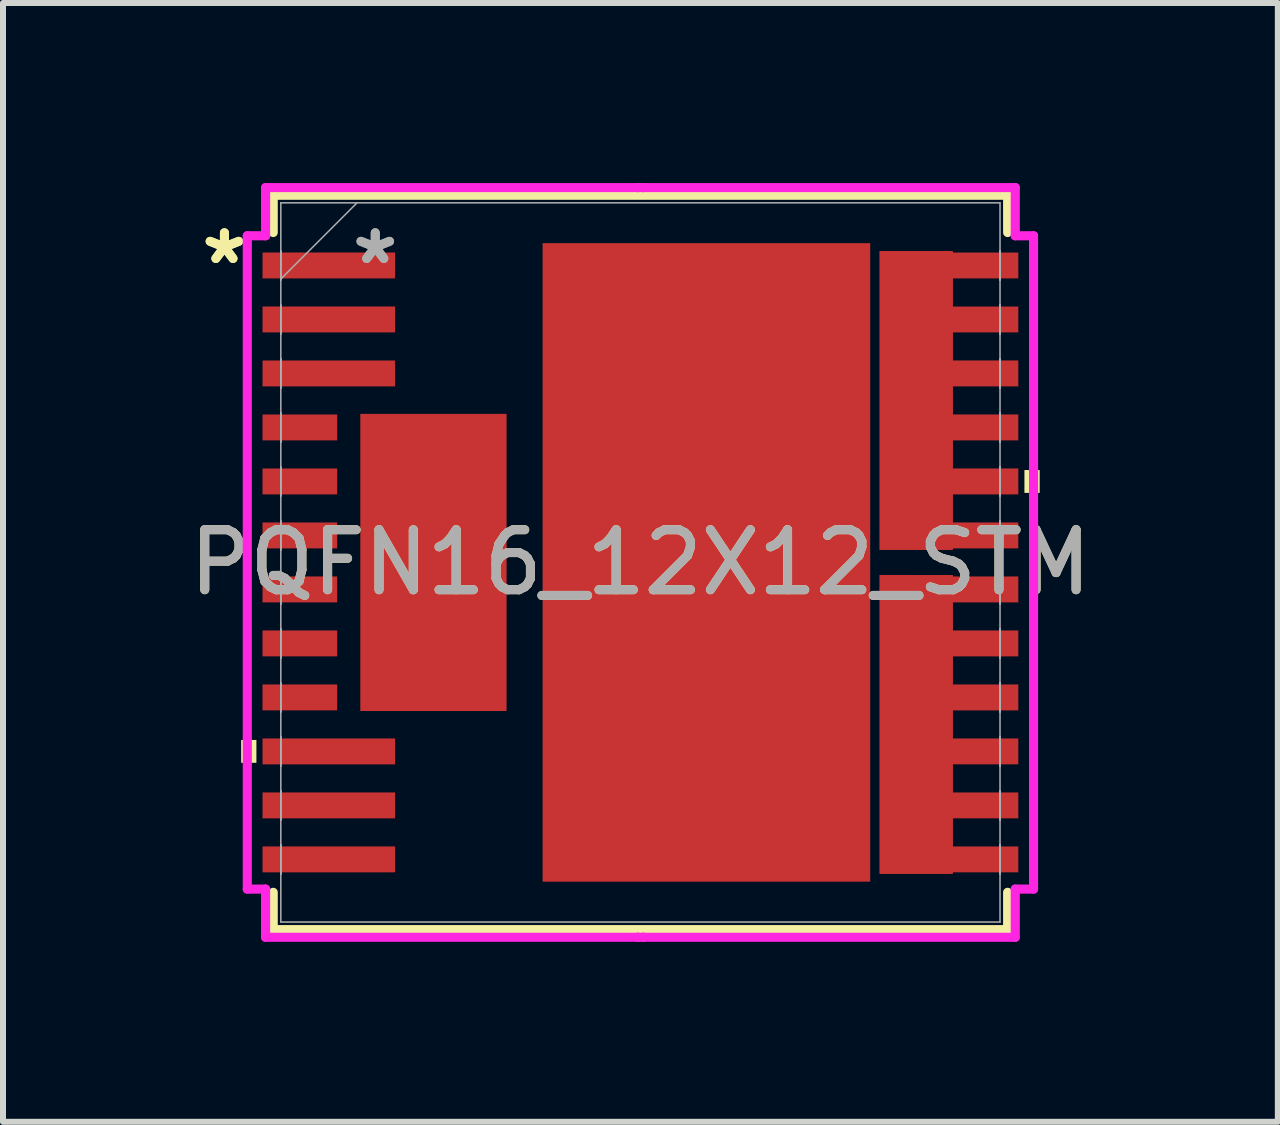
<source format=kicad_pcb>
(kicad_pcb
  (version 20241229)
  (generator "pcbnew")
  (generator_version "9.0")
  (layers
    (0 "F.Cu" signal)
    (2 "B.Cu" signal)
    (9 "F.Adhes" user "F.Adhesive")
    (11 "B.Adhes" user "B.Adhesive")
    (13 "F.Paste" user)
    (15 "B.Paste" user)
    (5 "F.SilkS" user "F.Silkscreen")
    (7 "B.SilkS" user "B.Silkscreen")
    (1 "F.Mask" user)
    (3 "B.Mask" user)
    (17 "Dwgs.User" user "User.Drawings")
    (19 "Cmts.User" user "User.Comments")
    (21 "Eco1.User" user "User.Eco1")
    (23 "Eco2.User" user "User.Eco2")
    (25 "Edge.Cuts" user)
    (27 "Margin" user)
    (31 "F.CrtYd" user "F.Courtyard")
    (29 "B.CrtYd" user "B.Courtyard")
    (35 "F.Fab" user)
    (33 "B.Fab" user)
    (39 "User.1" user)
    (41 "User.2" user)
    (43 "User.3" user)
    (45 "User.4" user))
  (footprint "PQFN16_12X12_STM"
    (layer "F.Cu")
    (at 7.625 6.325)
    (property "Reference" "PQFN16_12X12_STM" (at 0 0 0) (unlocked yes) (layer "F.SilkS") (effects (font (size 1 1) (thickness 0.15))))
    (attr smd)
    (fp_poly (pts (xy 3.988 -0.209) (xy 5.207 -0.209) (xy 5.207 -0.234) (xy 6.299 -0.234) (xy 6.299 -0.666) (xy 5.207 -0.666) (xy 5.207 -1.134) (xy 6.299 -1.134) (xy 6.299 -1.566) (xy 5.207 -1.566) (xy 5.207 -2.034) (xy 6.299 -2.034) (xy 6.299 -2.466) (xy 5.207 -2.466) (xy 5.207 -2.934) (xy 6.299 -2.934) (xy 6.299 -3.366) (xy 5.207 -3.366) (xy 5.207 -3.834) (xy 6.299 -3.834) (xy 6.299 -4.266) (xy 5.207 -4.266) (xy 5.207 -4.734) (xy 6.299 -4.734) (xy 6.299 -5.166) (xy 5.207 -5.166) (xy 5.207 -5.189) (xy 3.988 -5.191)) (stroke (width 0) (type solid)) (fill yes) (layer "F.Cu"))
    (fp_poly (pts (xy 3.988 5.191) (xy 5.207 5.191) (xy 5.207 5.166) (xy 6.299 5.166) (xy 6.299 4.734) (xy 5.207 4.734) (xy 5.207 4.266) (xy 6.299 4.266) (xy 6.299 3.834) (xy 5.207 3.834) (xy 5.207 3.366) (xy 6.299 3.366) (xy 6.299 2.934) (xy 5.207 2.934) (xy 5.207 2.466) (xy 6.299 2.466) (xy 6.299 2.034) (xy 5.207 2.034) (xy 5.207 1.566) (xy 6.299 1.566) (xy 6.299 1.134) (xy 5.207 1.134) (xy 5.207 0.666) (xy 6.299 0.666) (xy 6.299 0.234) (xy 5.207 0.234) (xy 5.207 0.211) (xy 3.988 0.209)) (stroke (width 0) (type solid)) (fill yes) (layer "F.Cu"))
    (fp_poly (pts (xy 3.988 -0.209) (xy 5.207 -0.209) (xy 5.207 -0.234) (xy 6.299 -0.234) (xy 6.299 -0.666) (xy 5.207 -0.666) (xy 5.207 -1.134) (xy 6.299 -1.134) (xy 6.299 -1.566) (xy 5.207 -1.566) (xy 5.207 -2.034) (xy 6.299 -2.034) (xy 6.299 -2.466) (xy 5.207 -2.466) (xy 5.207 -2.934) (xy 6.299 -2.934) (xy 6.299 -3.366) (xy 5.207 -3.366) (xy 5.207 -3.834) (xy 6.299 -3.834) (xy 6.299 -4.266) (xy 5.207 -4.266) (xy 5.207 -4.734) (xy 6.299 -4.734) (xy 6.299 -5.166) (xy 5.207 -5.166) (xy 5.207 -5.189) (xy 3.988 -5.191)) (stroke (width 0) (type solid)) (fill yes) (layer "F.Mask"))
    (fp_poly (pts (xy 3.988 5.191) (xy 5.207 5.191) (xy 5.207 5.166) (xy 6.299 5.166) (xy 6.299 4.734) (xy 5.207 4.734) (xy 5.207 4.266) (xy 6.299 4.266) (xy 6.299 3.834) (xy 5.207 3.834) (xy 5.207 3.366) (xy 6.299 3.366) (xy 6.299 2.934) (xy 5.207 2.934) (xy 5.207 2.466) (xy 6.299 2.466) (xy 6.299 2.034) (xy 5.207 2.034) (xy 5.207 1.566) (xy 6.299 1.566) (xy 6.299 1.134) (xy 5.207 1.134) (xy 5.207 0.666) (xy 6.299 0.666) (xy 6.299 0.234) (xy 5.207 0.234) (xy 5.207 0.211) (xy 3.988 0.209)) (stroke (width 0) (type solid)) (fill yes) (layer "F.Mask"))
    (fp_line (start -6.121 -6.121) (end -6.121 -5.499) (stroke (width 0.152) (type solid)) (layer "F.SilkS"))
    (fp_line (start -6.121 5.499) (end -6.121 6.121) (stroke (width 0.152) (type solid)) (layer "F.SilkS"))
    (fp_line (start -6.121 6.121) (end 6.121 6.121) (stroke (width 0.152) (type solid)) (layer "F.SilkS"))
    (fp_line (start 6.121 -6.121) (end -6.121 -6.121) (stroke (width 0.152) (type solid)) (layer "F.SilkS"))
    (fp_line (start 6.121 -5.499) (end 6.121 -6.121) (stroke (width 0.152) (type solid)) (layer "F.SilkS"))
    (fp_line (start 6.121 6.121) (end 6.121 5.499) (stroke (width 0.152) (type solid)) (layer "F.SilkS"))
    (fp_poly (pts (xy -6.655 2.959) (xy -6.655 3.34) (xy -6.401 3.34) (xy -6.401 2.959)) (stroke (width 0) (type solid)) (fill yes) (layer "F.SilkS"))
    (fp_poly (pts (xy 6.655 -1.54) (xy 6.655 -1.159) (xy 6.401 -1.159) (xy 6.401 -1.54)) (stroke (width 0) (type solid)) (fill yes) (layer "F.SilkS"))
    (fp_poly (pts (xy 3.988 -0.209) (xy 5.207 -0.209) (xy 5.207 -0.234) (xy 6.299 -0.234) (xy 6.299 -0.666) (xy 5.207 -0.666) (xy 5.207 -1.134) (xy 6.299 -1.134) (xy 6.299 -1.566) (xy 5.207 -1.566) (xy 5.207 -2.034) (xy 6.299 -2.034) (xy 6.299 -2.466) (xy 5.207 -2.466) (xy 5.207 -2.934) (xy 6.299 -2.934) (xy 6.299 -3.366) (xy 5.207 -3.366) (xy 5.207 -3.834) (xy 6.299 -3.834) (xy 6.299 -4.266) (xy 5.207 -4.266) (xy 5.207 -4.734) (xy 6.299 -4.734) (xy 6.299 -5.166) (xy 5.207 -5.166) (xy 5.207 -5.189) (xy 3.988 -5.191)) (stroke (width 0) (type solid)) (fill yes) (layer "F.Paste"))
    (fp_poly (pts (xy 3.988 5.191) (xy 5.207 5.191) (xy 5.207 5.166) (xy 6.299 5.166) (xy 6.299 4.734) (xy 5.207 4.734) (xy 5.207 4.266) (xy 6.299 4.266) (xy 6.299 3.834) (xy 5.207 3.834) (xy 5.207 3.366) (xy 6.299 3.366) (xy 6.299 2.934) (xy 5.207 2.934) (xy 5.207 2.466) (xy 6.299 2.466) (xy 6.299 2.034) (xy 5.207 2.034) (xy 5.207 1.566) (xy 6.299 1.566) (xy 6.299 1.134) (xy 5.207 1.134) (xy 5.207 0.666) (xy 6.299 0.666) (xy 6.299 0.234) (xy 5.207 0.234) (xy 5.207 0.211) (xy 3.988 0.209)) (stroke (width 0) (type solid)) (fill yes) (layer "F.Paste"))
    (fp_line (start -6.553 -5.445) (end -6.248 -5.445) (stroke (width 0.152) (type solid)) (layer "F.CrtYd"))
    (fp_line (start -6.553 5.445) (end -6.553 -5.445) (stroke (width 0.152) (type solid)) (layer "F.CrtYd"))
    (fp_line (start -6.248 -6.248) (end -0.045 -6.248) (stroke (width 0.152) (type solid)) (layer "F.CrtYd"))
    (fp_line (start -6.248 -5.445) (end -6.248 -6.248) (stroke (width 0.152) (type solid)) (layer "F.CrtYd"))
    (fp_line (start -6.248 5.445) (end -6.553 5.445) (stroke (width 0.152) (type solid)) (layer "F.CrtYd"))
    (fp_line (start -6.248 6.248) (end -6.248 5.445) (stroke (width 0.152) (type solid)) (layer "F.CrtYd"))
    (fp_line (start -0.045 -6.248) (end -0.045 -6.248) (stroke (width 0.152) (type solid)) (layer "F.CrtYd"))
    (fp_line (start -0.045 -6.248) (end 0.045 -6.248) (stroke (width 0.152) (type solid)) (layer "F.CrtYd"))
    (fp_line (start -0.045 6.248) (end -6.248 6.248) (stroke (width 0.152) (type solid)) (layer "F.CrtYd"))
    (fp_line (start -0.045 6.248) (end -0.045 6.248) (stroke (width 0.152) (type solid)) (layer "F.CrtYd"))
    (fp_line (start 0.045 -6.248) (end 0.045 -6.248) (stroke (width 0.152) (type solid)) (layer "F.CrtYd"))
    (fp_line (start 0.045 -6.248) (end 6.248 -6.248) (stroke (width 0.152) (type solid)) (layer "F.CrtYd"))
    (fp_line (start 0.045 6.248) (end -0.045 6.248) (stroke (width 0.152) (type solid)) (layer "F.CrtYd"))
    (fp_line (start 0.045 6.248) (end 0.045 6.248) (stroke (width 0.152) (type solid)) (layer "F.CrtYd"))
    (fp_line (start 6.248 -6.248) (end 6.248 -5.445) (stroke (width 0.152) (type solid)) (layer "F.CrtYd"))
    (fp_line (start 6.248 -5.445) (end 6.553 -5.445) (stroke (width 0.152) (type solid)) (layer "F.CrtYd"))
    (fp_line (start 6.248 5.445) (end 6.248 6.248) (stroke (width 0.152) (type solid)) (layer "F.CrtYd"))
    (fp_line (start 6.248 6.248) (end 0.045 6.248) (stroke (width 0.152) (type solid)) (layer "F.CrtYd"))
    (fp_line (start 6.553 -5.445) (end 6.553 5.445) (stroke (width 0.152) (type solid)) (layer "F.CrtYd"))
    (fp_line (start 6.553 5.445) (end 6.248 5.445) (stroke (width 0.152) (type solid)) (layer "F.CrtYd"))
    (fp_line (start -5.994 -5.994) (end -5.994 5.994) (stroke (width 0.025) (type solid)) (layer "F.Fab"))
    (fp_line (start -5.994 -5.191) (end -5.994 -5.191) (stroke (width 0.025) (type solid)) (layer "F.Fab"))
    (fp_line (start -5.994 -5.191) (end -5.994 -4.709) (stroke (width 0.025) (type solid)) (layer "F.Fab"))
    (fp_line (start -5.994 -4.724) (end -4.724 -5.994) (stroke (width 0.025) (type solid)) (layer "F.Fab"))
    (fp_line (start -5.994 -4.709) (end -5.994 -5.191) (stroke (width 0.025) (type solid)) (layer "F.Fab"))
    (fp_line (start -5.994 -4.709) (end -5.994 -4.709) (stroke (width 0.025) (type solid)) (layer "F.Fab"))
    (fp_line (start -5.994 -4.291) (end -5.994 -4.291) (stroke (width 0.025) (type solid)) (layer "F.Fab"))
    (fp_line (start -5.994 -4.291) (end -5.994 -3.809) (stroke (width 0.025) (type solid)) (layer "F.Fab"))
    (fp_line (start -5.994 -3.809) (end -5.994 -4.291) (stroke (width 0.025) (type solid)) (layer "F.Fab"))
    (fp_line (start -5.994 -3.809) (end -5.994 -3.809) (stroke (width 0.025) (type solid)) (layer "F.Fab"))
    (fp_line (start -5.994 -3.391) (end -5.994 -3.391) (stroke (width 0.025) (type solid)) (layer "F.Fab"))
    (fp_line (start -5.994 -3.391) (end -5.994 -2.909) (stroke (width 0.025) (type solid)) (layer "F.Fab"))
    (fp_line (start -5.994 -2.909) (end -5.994 -3.391) (stroke (width 0.025) (type solid)) (layer "F.Fab"))
    (fp_line (start -5.994 -2.909) (end -5.994 -2.909) (stroke (width 0.025) (type solid)) (layer "F.Fab"))
    (fp_line (start -5.994 -2.491) (end -5.994 -2.491) (stroke (width 0.025) (type solid)) (layer "F.Fab"))
    (fp_line (start -5.994 -2.491) (end -5.994 -2.009) (stroke (width 0.025) (type solid)) (layer "F.Fab"))
    (fp_line (start -5.994 -2.009) (end -5.994 -2.491) (stroke (width 0.025) (type solid)) (layer "F.Fab"))
    (fp_line (start -5.994 -2.009) (end -5.994 -2.009) (stroke (width 0.025) (type solid)) (layer "F.Fab"))
    (fp_line (start -5.994 -1.591) (end -5.994 -1.591) (stroke (width 0.025) (type solid)) (layer "F.Fab"))
    (fp_line (start -5.994 -1.591) (end -5.994 -1.109) (stroke (width 0.025) (type solid)) (layer "F.Fab"))
    (fp_line (start -5.994 -1.109) (end -5.994 -1.591) (stroke (width 0.025) (type solid)) (layer "F.Fab"))
    (fp_line (start -5.994 -1.109) (end -5.994 -1.109) (stroke (width 0.025) (type solid)) (layer "F.Fab"))
    (fp_line (start -5.994 -0.691) (end -5.994 -0.691) (stroke (width 0.025) (type solid)) (layer "F.Fab"))
    (fp_line (start -5.994 -0.691) (end -5.994 -0.209) (stroke (width 0.025) (type solid)) (layer "F.Fab"))
    (fp_line (start -5.994 -0.209) (end -5.994 -0.691) (stroke (width 0.025) (type solid)) (layer "F.Fab"))
    (fp_line (start -5.994 -0.209) (end -5.994 -0.209) (stroke (width 0.025) (type solid)) (layer "F.Fab"))
    (fp_line (start -5.994 0.209) (end -5.994 0.209) (stroke (width 0.025) (type solid)) (layer "F.Fab"))
    (fp_line (start -5.994 0.209) (end -5.994 0.691) (stroke (width 0.025) (type solid)) (layer "F.Fab"))
    (fp_line (start -5.994 0.691) (end -5.994 0.209) (stroke (width 0.025) (type solid)) (layer "F.Fab"))
    (fp_line (start -5.994 0.691) (end -5.994 0.691) (stroke (width 0.025) (type solid)) (layer "F.Fab"))
    (fp_line (start -5.994 1.109) (end -5.994 1.109) (stroke (width 0.025) (type solid)) (layer "F.Fab"))
    (fp_line (start -5.994 1.109) (end -5.994 1.591) (stroke (width 0.025) (type solid)) (layer "F.Fab"))
    (fp_line (start -5.994 1.591) (end -5.994 1.109) (stroke (width 0.025) (type solid)) (layer "F.Fab"))
    (fp_line (start -5.994 1.591) (end -5.994 1.591) (stroke (width 0.025) (type solid)) (layer "F.Fab"))
    (fp_line (start -5.994 2.009) (end -5.994 2.009) (stroke (width 0.025) (type solid)) (layer "F.Fab"))
    (fp_line (start -5.994 2.009) (end -5.994 2.491) (stroke (width 0.025) (type solid)) (layer "F.Fab"))
    (fp_line (start -5.994 2.491) (end -5.994 2.009) (stroke (width 0.025) (type solid)) (layer "F.Fab"))
    (fp_line (start -5.994 2.491) (end -5.994 2.491) (stroke (width 0.025) (type solid)) (layer "F.Fab"))
    (fp_line (start -5.994 2.909) (end -5.994 2.909) (stroke (width 0.025) (type solid)) (layer "F.Fab"))
    (fp_line (start -5.994 2.909) (end -5.994 3.391) (stroke (width 0.025) (type solid)) (layer "F.Fab"))
    (fp_line (start -5.994 3.391) (end -5.994 2.909) (stroke (width 0.025) (type solid)) (layer "F.Fab"))
    (fp_line (start -5.994 3.391) (end -5.994 3.391) (stroke (width 0.025) (type solid)) (layer "F.Fab"))
    (fp_line (start -5.994 3.809) (end -5.994 3.809) (stroke (width 0.025) (type solid)) (layer "F.Fab"))
    (fp_line (start -5.994 3.809) (end -5.994 4.291) (stroke (width 0.025) (type solid)) (layer "F.Fab"))
    (fp_line (start -5.994 4.291) (end -5.994 3.809) (stroke (width 0.025) (type solid)) (layer "F.Fab"))
    (fp_line (start -5.994 4.291) (end -5.994 4.291) (stroke (width 0.025) (type solid)) (layer "F.Fab"))
    (fp_line (start -5.994 4.709) (end -5.994 4.709) (stroke (width 0.025) (type solid)) (layer "F.Fab"))
    (fp_line (start -5.994 4.709) (end -5.994 5.191) (stroke (width 0.025) (type solid)) (layer "F.Fab"))
    (fp_line (start -5.994 5.191) (end -5.994 4.709) (stroke (width 0.025) (type solid)) (layer "F.Fab"))
    (fp_line (start -5.994 5.191) (end -5.994 5.191) (stroke (width 0.025) (type solid)) (layer "F.Fab"))
    (fp_line (start -5.994 5.994) (end 5.994 5.994) (stroke (width 0.025) (type solid)) (layer "F.Fab"))
    (fp_line (start 5.994 -5.994) (end -5.994 -5.994) (stroke (width 0.025) (type solid)) (layer "F.Fab"))
    (fp_line (start 5.994 -5.191) (end 5.994 -5.191) (stroke (width 0.025) (type solid)) (layer "F.Fab"))
    (fp_line (start 5.994 -5.191) (end 5.994 -4.709) (stroke (width 0.025) (type solid)) (layer "F.Fab"))
    (fp_line (start 5.994 -4.709) (end 5.994 -5.191) (stroke (width 0.025) (type solid)) (layer "F.Fab"))
    (fp_line (start 5.994 -4.709) (end 5.994 -4.709) (stroke (width 0.025) (type solid)) (layer "F.Fab"))
    (fp_line (start 5.994 -4.291) (end 5.994 -4.291) (stroke (width 0.025) (type solid)) (layer "F.Fab"))
    (fp_line (start 5.994 -4.291) (end 5.994 -3.809) (stroke (width 0.025) (type solid)) (layer "F.Fab"))
    (fp_line (start 5.994 -3.809) (end 5.994 -4.291) (stroke (width 0.025) (type solid)) (layer "F.Fab"))
    (fp_line (start 5.994 -3.809) (end 5.994 -3.809) (stroke (width 0.025) (type solid)) (layer "F.Fab"))
    (fp_line (start 5.994 -3.391) (end 5.994 -3.391) (stroke (width 0.025) (type solid)) (layer "F.Fab"))
    (fp_line (start 5.994 -3.391) (end 5.994 -2.909) (stroke (width 0.025) (type solid)) (layer "F.Fab"))
    (fp_line (start 5.994 -2.909) (end 5.994 -3.391) (stroke (width 0.025) (type solid)) (layer "F.Fab"))
    (fp_line (start 5.994 -2.909) (end 5.994 -2.909) (stroke (width 0.025) (type solid)) (layer "F.Fab"))
    (fp_line (start 5.994 -2.491) (end 5.994 -2.491) (stroke (width 0.025) (type solid)) (layer "F.Fab"))
    (fp_line (start 5.994 -2.491) (end 5.994 -2.009) (stroke (width 0.025) (type solid)) (layer "F.Fab"))
    (fp_line (start 5.994 -2.009) (end 5.994 -2.491) (stroke (width 0.025) (type solid)) (layer "F.Fab"))
    (fp_line (start 5.994 -2.009) (end 5.994 -2.009) (stroke (width 0.025) (type solid)) (layer "F.Fab"))
    (fp_line (start 5.994 -1.591) (end 5.994 -1.591) (stroke (width 0.025) (type solid)) (layer "F.Fab"))
    (fp_line (start 5.994 -1.591) (end 5.994 -1.109) (stroke (width 0.025) (type solid)) (layer "F.Fab"))
    (fp_line (start 5.994 -1.109) (end 5.994 -1.591) (stroke (width 0.025) (type solid)) (layer "F.Fab"))
    (fp_line (start 5.994 -1.109) (end 5.994 -1.109) (stroke (width 0.025) (type solid)) (layer "F.Fab"))
    (fp_line (start 5.994 -0.691) (end 5.994 -0.691) (stroke (width 0.025) (type solid)) (layer "F.Fab"))
    (fp_line (start 5.994 -0.691) (end 5.994 -0.209) (stroke (width 0.025) (type solid)) (layer "F.Fab"))
    (fp_line (start 5.994 -0.209) (end 5.994 -0.691) (stroke (width 0.025) (type solid)) (layer "F.Fab"))
    (fp_line (start 5.994 -0.209) (end 5.994 -0.209) (stroke (width 0.025) (type solid)) (layer "F.Fab"))
    (fp_line (start 5.994 0.209) (end 5.994 0.209) (stroke (width 0.025) (type solid)) (layer "F.Fab"))
    (fp_line (start 5.994 0.209) (end 5.994 0.691) (stroke (width 0.025) (type solid)) (layer "F.Fab"))
    (fp_line (start 5.994 0.691) (end 5.994 0.209) (stroke (width 0.025) (type solid)) (layer "F.Fab"))
    (fp_line (start 5.994 0.691) (end 5.994 0.691) (stroke (width 0.025) (type solid)) (layer "F.Fab"))
    (fp_line (start 5.994 1.109) (end 5.994 1.109) (stroke (width 0.025) (type solid)) (layer "F.Fab"))
    (fp_line (start 5.994 1.109) (end 5.994 1.591) (stroke (width 0.025) (type solid)) (layer "F.Fab"))
    (fp_line (start 5.994 1.591) (end 5.994 1.109) (stroke (width 0.025) (type solid)) (layer "F.Fab"))
    (fp_line (start 5.994 1.591) (end 5.994 1.591) (stroke (width 0.025) (type solid)) (layer "F.Fab"))
    (fp_line (start 5.994 2.009) (end 5.994 2.009) (stroke (width 0.025) (type solid)) (layer "F.Fab"))
    (fp_line (start 5.994 2.009) (end 5.994 2.491) (stroke (width 0.025) (type solid)) (layer "F.Fab"))
    (fp_line (start 5.994 2.491) (end 5.994 2.009) (stroke (width 0.025) (type solid)) (layer "F.Fab"))
    (fp_line (start 5.994 2.491) (end 5.994 2.491) (stroke (width 0.025) (type solid)) (layer "F.Fab"))
    (fp_line (start 5.994 2.909) (end 5.994 2.909) (stroke (width 0.025) (type solid)) (layer "F.Fab"))
    (fp_line (start 5.994 2.909) (end 5.994 3.391) (stroke (width 0.025) (type solid)) (layer "F.Fab"))
    (fp_line (start 5.994 3.391) (end 5.994 2.909) (stroke (width 0.025) (type solid)) (layer "F.Fab"))
    (fp_line (start 5.994 3.391) (end 5.994 3.391) (stroke (width 0.025) (type solid)) (layer "F.Fab"))
    (fp_line (start 5.994 3.809) (end 5.994 3.809) (stroke (width 0.025) (type solid)) (layer "F.Fab"))
    (fp_line (start 5.994 3.809) (end 5.994 4.291) (stroke (width 0.025) (type solid)) (layer "F.Fab"))
    (fp_line (start 5.994 4.291) (end 5.994 3.809) (stroke (width 0.025) (type solid)) (layer "F.Fab"))
    (fp_line (start 5.994 4.291) (end 5.994 4.291) (stroke (width 0.025) (type solid)) (layer "F.Fab"))
    (fp_line (start 5.994 4.709) (end 5.994 4.709) (stroke (width 0.025) (type solid)) (layer "F.Fab"))
    (fp_line (start 5.994 4.709) (end 5.994 5.191) (stroke (width 0.025) (type solid)) (layer "F.Fab"))
    (fp_line (start 5.994 5.191) (end 5.994 4.709) (stroke (width 0.025) (type solid)) (layer "F.Fab"))
    (fp_line (start 5.994 5.191) (end 5.994 5.191) (stroke (width 0.025) (type solid)) (layer "F.Fab"))
    (fp_line (start 5.994 5.994) (end 5.994 -5.994) (stroke (width 0.025) (type solid)) (layer "F.Fab"))
    (fp_text user "*" (at -6.934 -4.95 0) (unlocked yes) (layer "F.SilkS") (effects (font (size 1 1) (thickness 0.15))))
    (fp_text user "*" (at -6.934 -4.95 0) (layer "F.SilkS") (effects (font (size 1 1) (thickness 0.15))))
    (fp_text user "${REFERENCE}" (at 0 0 0) (unlocked yes) (layer "F.Fab") (effects (font (size 1 1) (thickness 0.15))))
    (fp_text user "*" (at -4.42 -4.95 0) (layer "F.Fab") (effects (font (size 1 1) (thickness 0.15))))
    (fp_text user "*" (at -4.42 -4.95 0) (unlocked yes) (layer "F.Fab") (effects (font (size 1 1) (thickness 0.15))))
    (pad "1" smd rect (at -5.194 -4.95 90) (size 0.432 2.21) (layers "F.Cu" "F.Mask" "F.Paste"))
    (pad "2" smd rect (at -5.194 -4.05 90) (size 0.432 2.21) (layers "F.Cu" "F.Mask" "F.Paste"))
    (pad "3" smd rect (at -5.194 -3.15 90) (size 0.432 2.21) (layers "F.Cu" "F.Mask" "F.Paste"))
    (pad "4" smd rect (at -5.677 -2.25 90) (size 0.432 1.245) (layers "F.Cu" "F.Mask" "F.Paste"))
    (pad "5" smd rect (at -5.677 -1.35 90) (size 0.432 1.245) (layers "F.Cu" "F.Mask" "F.Paste"))
    (pad "6" smd rect (at -5.677 -0.45 90) (size 0.432 1.245) (layers "F.Cu" "F.Mask" "F.Paste"))
    (pad "7" smd rect (at -5.677 0.45 90) (size 0.432 1.245) (layers "F.Cu" "F.Mask" "F.Paste"))
    (pad "8" smd rect (at -5.677 1.35 90) (size 0.432 1.245) (layers "F.Cu" "F.Mask" "F.Paste"))
    (pad "9" smd rect (at -5.677 2.25 90) (size 0.432 1.245) (layers "F.Cu" "F.Mask" "F.Paste"))
    (pad "10" smd rect (at -5.194 3.15 90) (size 0.432 2.21) (layers "F.Cu" "F.Mask" "F.Paste"))
    (pad "11" smd rect (at -5.194 4.05 90) (size 0.432 2.21) (layers "F.Cu" "F.Mask" "F.Paste"))
    (pad "12" smd rect (at -5.194 4.95 90) (size 0.432 2.21) (layers "F.Cu" "F.Mask" "F.Paste"))
    (pad "13" smd rect (at -3.45 0) (size 2.438 4.953) (layers "F.Cu" "F.Mask" "F.Paste"))
    (pad "14" smd rect (at 1.1 0) (size 5.461 10.643) (layers "F.Cu" "F.Mask" "F.Paste"))
    (pad "15" smd rect (at 4.597 2.7) (size 1.219 4.978) (layers "F.Cu" "F.Mask" "F.Paste"))
    (pad "16" smd rect (at 4.597 -2.7) (size 1.219 4.978) (layers "F.Cu" "F.Mask" "F.Paste")))
  (gr_rect
    (start -3 -3)
    (end 18.25 15.649)
    (stroke (width 0.1) (type default))
    (fill no)
    (layer "Edge.Cuts")))
</source>
